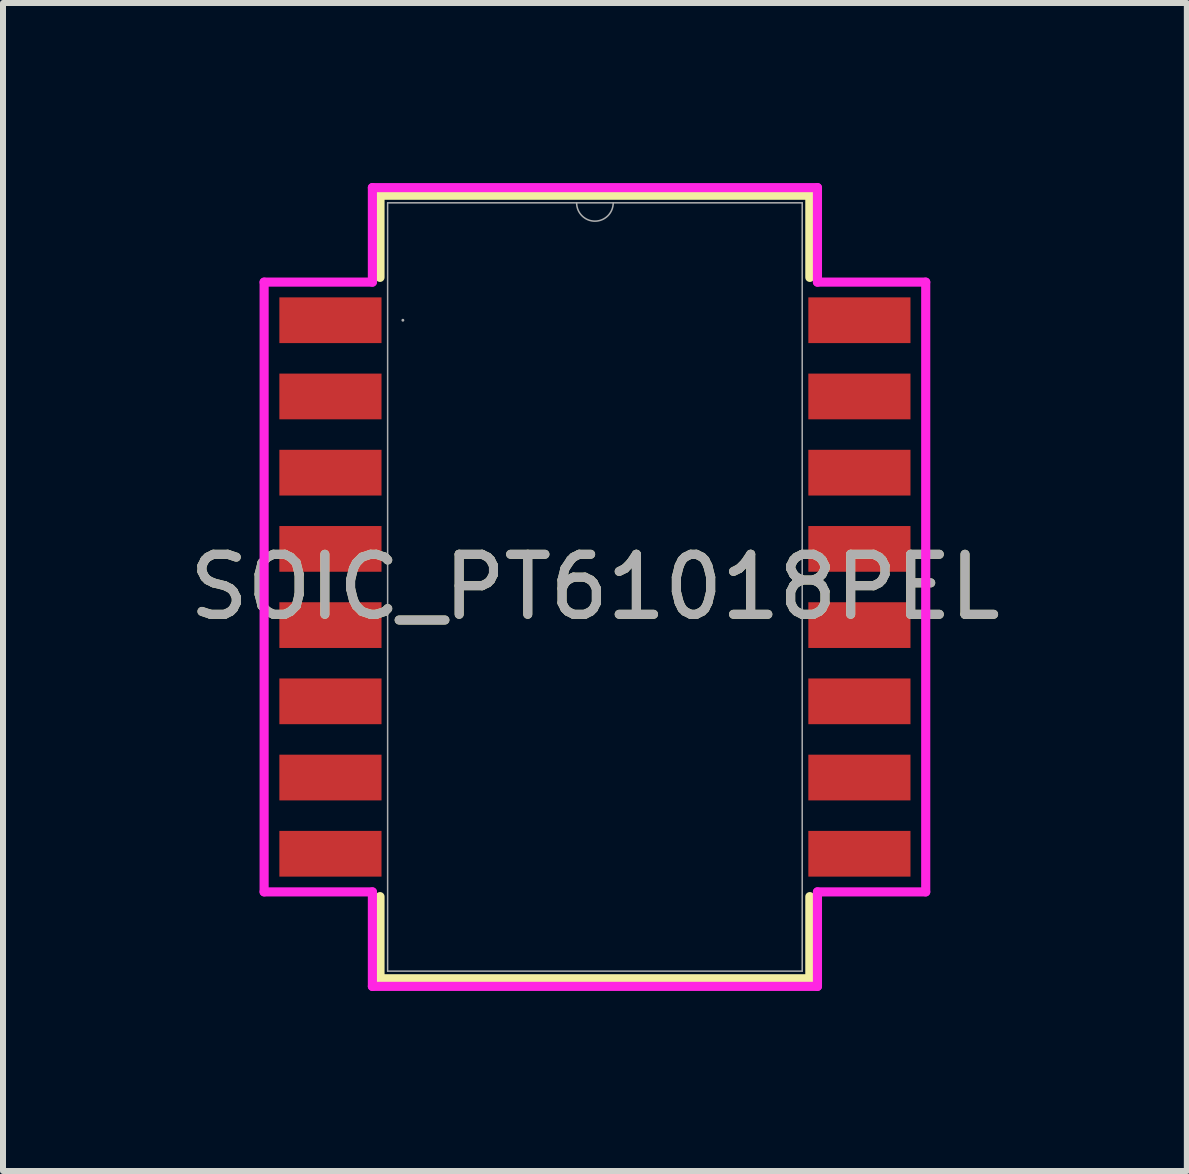
<source format=kicad_pcb>
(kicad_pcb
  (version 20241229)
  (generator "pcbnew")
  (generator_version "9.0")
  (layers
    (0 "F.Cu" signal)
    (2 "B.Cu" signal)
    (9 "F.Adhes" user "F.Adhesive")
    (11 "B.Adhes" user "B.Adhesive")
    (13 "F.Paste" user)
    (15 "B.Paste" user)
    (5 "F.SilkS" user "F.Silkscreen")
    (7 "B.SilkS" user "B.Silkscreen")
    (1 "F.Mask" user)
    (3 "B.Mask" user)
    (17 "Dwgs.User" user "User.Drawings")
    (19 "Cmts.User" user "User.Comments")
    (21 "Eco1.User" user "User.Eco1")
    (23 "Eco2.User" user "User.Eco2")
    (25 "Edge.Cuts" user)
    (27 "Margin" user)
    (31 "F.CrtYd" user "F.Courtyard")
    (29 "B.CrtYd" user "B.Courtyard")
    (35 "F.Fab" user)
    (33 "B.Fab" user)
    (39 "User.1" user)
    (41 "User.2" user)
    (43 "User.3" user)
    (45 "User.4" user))
  (footprint "SOIC_PT61018PEL"
    (layer "F.Cu")
    (at 6.863 6.731)
    (property "Reference" "SOIC_PT61018PEL" (at 0 0 0) (unlocked yes) (layer "F.SilkS") (effects (font (size 1 1) (thickness 0.15))))
    (attr smd)
    (fp_line (start -3.581 -6.528) (end -3.581 -5.159) (stroke (width 0.152) (type solid)) (layer "F.SilkS"))
    (fp_line (start -3.581 5.159) (end -3.581 6.528) (stroke (width 0.152) (type solid)) (layer "F.SilkS"))
    (fp_line (start -3.581 6.528) (end 3.581 6.528) (stroke (width 0.152) (type solid)) (layer "F.SilkS"))
    (fp_line (start 3.581 -6.528) (end -3.581 -6.528) (stroke (width 0.152) (type solid)) (layer "F.SilkS"))
    (fp_line (start 3.581 -5.159) (end 3.581 -6.528) (stroke (width 0.152) (type solid)) (layer "F.SilkS"))
    (fp_line (start 3.581 6.528) (end 3.581 5.159) (stroke (width 0.152) (type solid)) (layer "F.SilkS"))
    (fp_line (start -5.512 -5.08) (end -3.708 -5.08) (stroke (width 0.152) (type solid)) (layer "F.CrtYd"))
    (fp_line (start -5.512 5.08) (end -5.512 -5.08) (stroke (width 0.152) (type solid)) (layer "F.CrtYd"))
    (fp_line (start -5.512 5.08) (end -3.708 5.08) (stroke (width 0.152) (type solid)) (layer "F.CrtYd"))
    (fp_line (start -3.708 -6.655) (end 3.708 -6.655) (stroke (width 0.152) (type solid)) (layer "F.CrtYd"))
    (fp_line (start -3.708 -5.08) (end -3.708 -6.655) (stroke (width 0.152) (type solid)) (layer "F.CrtYd"))
    (fp_line (start -3.708 6.655) (end -3.708 5.08) (stroke (width 0.152) (type solid)) (layer "F.CrtYd"))
    (fp_line (start 3.708 -6.655) (end 3.708 -5.08) (stroke (width 0.152) (type solid)) (layer "F.CrtYd"))
    (fp_line (start 3.708 5.08) (end 3.708 6.655) (stroke (width 0.152) (type solid)) (layer "F.CrtYd"))
    (fp_line (start 3.708 6.655) (end -3.708 6.655) (stroke (width 0.152) (type solid)) (layer "F.CrtYd"))
    (fp_line (start 5.512 -5.08) (end 3.708 -5.08) (stroke (width 0.152) (type solid)) (layer "F.CrtYd"))
    (fp_line (start 5.512 -5.08) (end 5.512 5.08) (stroke (width 0.152) (type solid)) (layer "F.CrtYd"))
    (fp_line (start 5.512 5.08) (end 3.708 5.08) (stroke (width 0.152) (type solid)) (layer "F.CrtYd"))
    (fp_line (start -3.454 -6.401) (end -3.454 6.401) (stroke (width 0.025) (type solid)) (layer "F.Fab"))
    (fp_line (start -3.454 6.401) (end 3.454 6.401) (stroke (width 0.025) (type solid)) (layer "F.Fab"))
    (fp_line (start 3.454 -6.401) (end -3.454 -6.401) (stroke (width 0.025) (type solid)) (layer "F.Fab"))
    (fp_line (start 3.454 6.401) (end 3.454 -6.401) (stroke (width 0.025) (type solid)) (layer "F.Fab"))
    (fp_arc (start 0.3048 -6.4008) (mid 0 -6.096) (end -0.3048 -6.4008) (stroke (width 0.0254) (type solid)) (layer "F.Fab"))
    (fp_circle (center -3.2 -4.445) (end -3.2 -4.445) (stroke (width 0.025) (type solid)) (fill no) (layer "F.Fab"))
    (fp_text user "${REFERENCE}" (at 0 0 0) (unlocked yes) (layer "F.Fab") (effects (font (size 1 1) (thickness 0.15))))
    (pad "1" smd rect (at -4.407 -4.445) (size 1.702 0.762) (layers "F.Cu" "F.Mask" "F.Paste"))
    (pad "2" smd rect (at -4.407 -3.175) (size 1.702 0.762) (layers "F.Cu" "F.Mask" "F.Paste"))
    (pad "3" smd rect (at -4.407 -1.905) (size 1.702 0.762) (layers "F.Cu" "F.Mask" "F.Paste"))
    (pad "4" smd rect (at -4.407 -0.635) (size 1.702 0.762) (layers "F.Cu" "F.Mask" "F.Paste"))
    (pad "5" smd rect (at -4.407 0.635) (size 1.702 0.762) (layers "F.Cu" "F.Mask" "F.Paste"))
    (pad "6" smd rect (at -4.407 1.905) (size 1.702 0.762) (layers "F.Cu" "F.Mask" "F.Paste"))
    (pad "7" smd rect (at -4.407 3.175) (size 1.702 0.762) (layers "F.Cu" "F.Mask" "F.Paste"))
    (pad "8" smd rect (at -4.407 4.445) (size 1.702 0.762) (layers "F.Cu" "F.Mask" "F.Paste"))
    (pad "9" smd rect (at 4.407 4.445) (size 1.702 0.762) (layers "F.Cu" "F.Mask" "F.Paste"))
    (pad "10" smd rect (at 4.407 3.175) (size 1.702 0.762) (layers "F.Cu" "F.Mask" "F.Paste"))
    (pad "11" smd rect (at 4.407 1.905) (size 1.702 0.762) (layers "F.Cu" "F.Mask" "F.Paste"))
    (pad "12" smd rect (at 4.407 0.635) (size 1.702 0.762) (layers "F.Cu" "F.Mask" "F.Paste"))
    (pad "13" smd rect (at 4.407 -0.635) (size 1.702 0.762) (layers "F.Cu" "F.Mask" "F.Paste"))
    (pad "14" smd rect (at 4.407 -1.905) (size 1.702 0.762) (layers "F.Cu" "F.Mask" "F.Paste"))
    (pad "15" smd rect (at 4.407 -3.175) (size 1.702 0.762) (layers "F.Cu" "F.Mask" "F.Paste"))
    (pad "16" smd rect (at 4.407 -4.445) (size 1.702 0.762) (layers "F.Cu" "F.Mask" "F.Paste")))
  (gr_rect
    (start -3 -3)
    (end 16.726 16.462)
    (stroke (width 0.1) (type default))
    (fill no)
    (layer "Edge.Cuts")))
</source>
